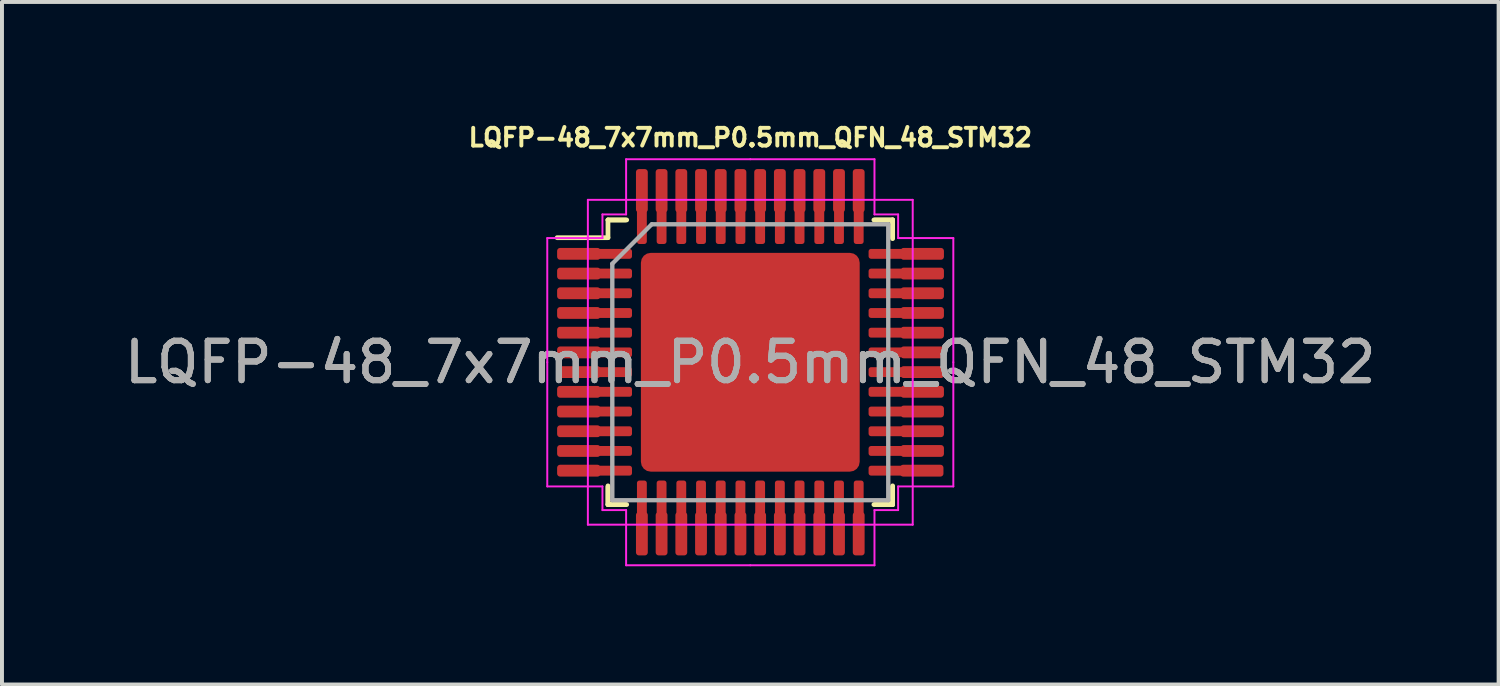
<source format=kicad_pcb>
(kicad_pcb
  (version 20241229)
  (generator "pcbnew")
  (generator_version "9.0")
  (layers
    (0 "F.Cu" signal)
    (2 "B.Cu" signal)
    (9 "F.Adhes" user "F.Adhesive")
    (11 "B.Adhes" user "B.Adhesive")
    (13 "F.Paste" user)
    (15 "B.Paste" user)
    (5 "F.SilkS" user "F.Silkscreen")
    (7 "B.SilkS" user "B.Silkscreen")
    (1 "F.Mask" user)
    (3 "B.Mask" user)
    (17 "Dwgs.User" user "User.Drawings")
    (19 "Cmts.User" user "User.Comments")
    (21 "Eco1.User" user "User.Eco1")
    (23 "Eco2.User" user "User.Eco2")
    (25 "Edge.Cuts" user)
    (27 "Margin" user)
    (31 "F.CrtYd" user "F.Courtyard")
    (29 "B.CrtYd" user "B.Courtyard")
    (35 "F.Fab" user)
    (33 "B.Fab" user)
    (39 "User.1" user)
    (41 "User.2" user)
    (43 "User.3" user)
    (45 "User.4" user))
  (footprint "LQFP-48_7x7mm_P0.5mm_QFN_48_STM32"
    (layer "F.Cu")
    (at 15.982 6.139)
    (property "Reference" "LQFP-48_7x7mm_P0.5mm_QFN_48_STM32" (at 0 -5.7 0) (layer "F.SilkS") (effects (font (size 0.45 0.45) (thickness 0.1))))
    (attr smd)
    (fp_line (start -3.61 -3.61) (end -3.61 -3.16) (stroke (width 0.12) (type solid)) (layer "F.SilkS"))
    (fp_line (start -3.61 -3.16) (end -4.9 -3.16) (stroke (width 0.12) (type solid)) (layer "F.SilkS"))
    (fp_line (start -3.61 3.61) (end -3.61 3.135) (stroke (width 0.12) (type solid)) (layer "F.SilkS"))
    (fp_line (start -3.61 3.61) (end -3.61 3.16) (stroke (width 0.12) (type solid)) (layer "F.SilkS"))
    (fp_line (start -3.16 -3.61) (end -3.61 -3.61) (stroke (width 0.12) (type solid)) (layer "F.SilkS"))
    (fp_line (start -3.16 3.61) (end -3.61 3.61) (stroke (width 0.12) (type solid)) (layer "F.SilkS"))
    (fp_line (start -3.135 -3.61) (end -3.61 -3.61) (stroke (width 0.12) (type solid)) (layer "F.SilkS"))
    (fp_line (start -3.135 3.61) (end -3.61 3.61) (stroke (width 0.12) (type solid)) (layer "F.SilkS"))
    (fp_line (start 3.135 -3.61) (end 3.61 -3.61) (stroke (width 0.12) (type solid)) (layer "F.SilkS"))
    (fp_line (start 3.135 3.61) (end 3.61 3.61) (stroke (width 0.12) (type solid)) (layer "F.SilkS"))
    (fp_line (start 3.16 -3.61) (end 3.61 -3.61) (stroke (width 0.12) (type solid)) (layer "F.SilkS"))
    (fp_line (start 3.16 3.61) (end 3.61 3.61) (stroke (width 0.12) (type solid)) (layer "F.SilkS"))
    (fp_line (start 3.61 -3.61) (end 3.61 -3.16) (stroke (width 0.12) (type solid)) (layer "F.SilkS"))
    (fp_line (start 3.61 -3.61) (end 3.61 -3.135) (stroke (width 0.12) (type solid)) (layer "F.SilkS"))
    (fp_line (start 3.61 3.61) (end 3.61 3.135) (stroke (width 0.12) (type solid)) (layer "F.SilkS"))
    (fp_line (start 3.61 3.61) (end 3.61 3.16) (stroke (width 0.12) (type solid)) (layer "F.SilkS"))
    (fp_line (start -5.15 -3.15) (end -5.15 0) (stroke (width 0.05) (type solid)) (layer "F.CrtYd"))
    (fp_line (start -5.15 3.15) (end -5.15 0) (stroke (width 0.05) (type solid)) (layer "F.CrtYd"))
    (fp_line (start -4.12 -4.12) (end -4.12 4.12) (stroke (width 0.05) (type solid)) (layer "F.CrtYd"))
    (fp_line (start -4.12 4.12) (end 4.12 4.12) (stroke (width 0.05) (type solid)) (layer "F.CrtYd"))
    (fp_line (start -3.75 -3.75) (end -3.75 -3.15) (stroke (width 0.05) (type solid)) (layer "F.CrtYd"))
    (fp_line (start -3.75 -3.15) (end -5.15 -3.15) (stroke (width 0.05) (type solid)) (layer "F.CrtYd"))
    (fp_line (start -3.75 3.15) (end -5.15 3.15) (stroke (width 0.05) (type solid)) (layer "F.CrtYd"))
    (fp_line (start -3.75 3.75) (end -3.75 3.15) (stroke (width 0.05) (type solid)) (layer "F.CrtYd"))
    (fp_line (start -3.15 -5.15) (end -3.15 -3.75) (stroke (width 0.05) (type solid)) (layer "F.CrtYd"))
    (fp_line (start -3.15 -3.75) (end -3.75 -3.75) (stroke (width 0.05) (type solid)) (layer "F.CrtYd"))
    (fp_line (start -3.15 3.75) (end -3.75 3.75) (stroke (width 0.05) (type solid)) (layer "F.CrtYd"))
    (fp_line (start -3.15 5.15) (end -3.15 3.75) (stroke (width 0.05) (type solid)) (layer "F.CrtYd"))
    (fp_line (start 0 -5.15) (end -3.15 -5.15) (stroke (width 0.05) (type solid)) (layer "F.CrtYd"))
    (fp_line (start 0 -5.15) (end 3.15 -5.15) (stroke (width 0.05) (type solid)) (layer "F.CrtYd"))
    (fp_line (start 0 5.15) (end -3.15 5.15) (stroke (width 0.05) (type solid)) (layer "F.CrtYd"))
    (fp_line (start 0 5.15) (end 3.15 5.15) (stroke (width 0.05) (type solid)) (layer "F.CrtYd"))
    (fp_line (start 3.15 -5.15) (end 3.15 -3.75) (stroke (width 0.05) (type solid)) (layer "F.CrtYd"))
    (fp_line (start 3.15 -3.75) (end 3.75 -3.75) (stroke (width 0.05) (type solid)) (layer "F.CrtYd"))
    (fp_line (start 3.15 3.75) (end 3.75 3.75) (stroke (width 0.05) (type solid)) (layer "F.CrtYd"))
    (fp_line (start 3.15 5.15) (end 3.15 3.75) (stroke (width 0.05) (type solid)) (layer "F.CrtYd"))
    (fp_line (start 3.75 -3.75) (end 3.75 -3.15) (stroke (width 0.05) (type solid)) (layer "F.CrtYd"))
    (fp_line (start 3.75 -3.15) (end 5.15 -3.15) (stroke (width 0.05) (type solid)) (layer "F.CrtYd"))
    (fp_line (start 3.75 3.15) (end 5.15 3.15) (stroke (width 0.05) (type solid)) (layer "F.CrtYd"))
    (fp_line (start 3.75 3.75) (end 3.75 3.15) (stroke (width 0.05) (type solid)) (layer "F.CrtYd"))
    (fp_line (start 4.12 -4.12) (end -4.12 -4.12) (stroke (width 0.05) (type solid)) (layer "F.CrtYd"))
    (fp_line (start 4.12 4.12) (end 4.12 -4.12) (stroke (width 0.05) (type solid)) (layer "F.CrtYd"))
    (fp_line (start 5.15 -3.15) (end 5.15 0) (stroke (width 0.05) (type solid)) (layer "F.CrtYd"))
    (fp_line (start 5.15 3.15) (end 5.15 0) (stroke (width 0.05) (type solid)) (layer "F.CrtYd"))
    (fp_line (start -3.5 -2.5) (end -2.5 -3.5) (stroke (width 0.1) (type solid)) (layer "F.Fab"))
    (fp_line (start -3.5 -2.5) (end -2.5 -3.5) (stroke (width 0.1) (type solid)) (layer "F.Fab"))
    (fp_line (start -3.5 3.5) (end -3.5 -2.5) (stroke (width 0.1) (type solid)) (layer "F.Fab"))
    (fp_line (start -3.5 3.5) (end -3.5 -2.5) (stroke (width 0.1) (type solid)) (layer "F.Fab"))
    (fp_line (start -2.5 -3.5) (end 3.5 -3.5) (stroke (width 0.1) (type solid)) (layer "F.Fab"))
    (fp_line (start -2.5 -3.5) (end 3.5 -3.5) (stroke (width 0.1) (type solid)) (layer "F.Fab"))
    (fp_line (start 3.5 -3.5) (end 3.5 3.5) (stroke (width 0.1) (type solid)) (layer "F.Fab"))
    (fp_line (start 3.5 -3.5) (end 3.5 3.5) (stroke (width 0.1) (type solid)) (layer "F.Fab"))
    (fp_line (start 3.5 3.5) (end -3.5 3.5) (stroke (width 0.1) (type solid)) (layer "F.Fab"))
    (fp_line (start 3.5 3.5) (end -3.5 3.5) (stroke (width 0.1) (type solid)) (layer "F.Fab"))
    (fp_text user "${REFERENCE}" (at 0 0 0) (layer "F.Fab") (effects (font (size 1 1) (thickness 0.15))))
    (fp_text user "${REFERENCE}" (at 0 0 0) (layer "F.Fab") (effects (font (size 1 1) (thickness 0.15))))
    (fp_text user "${REFERENCE}" (at 0 0 0) (layer "F.Fab") (effects (font (size 1 1) (thickness 0.15))))
    (pad "" smd roundrect (at -2.1 -2.1) (size 1.13 1.13) (layers "F.Paste") (roundrect_rratio 0.221))
    (pad "" smd roundrect (at -2.1 -0.7) (size 1.13 1.13) (layers "F.Paste") (roundrect_rratio 0.221))
    (pad "" smd roundrect (at -2.1 0.7) (size 1.13 1.13) (layers "F.Paste") (roundrect_rratio 0.221))
    (pad "" smd roundrect (at -2.1 2.1) (size 1.13 1.13) (layers "F.Paste") (roundrect_rratio 0.221))
    (pad "" smd roundrect (at -0.7 -2.1) (size 1.13 1.13) (layers "F.Paste") (roundrect_rratio 0.221))
    (pad "" smd roundrect (at -0.7 -0.7) (size 1.13 1.13) (layers "F.Paste") (roundrect_rratio 0.221))
    (pad "" smd roundrect (at -0.7 0.7) (size 1.13 1.13) (layers "F.Paste") (roundrect_rratio 0.221))
    (pad "" smd roundrect (at -0.7 2.1) (size 1.13 1.13) (layers "F.Paste") (roundrect_rratio 0.221))
    (pad "" smd roundrect (at 0.7 -2.1) (size 1.13 1.13) (layers "F.Paste") (roundrect_rratio 0.221))
    (pad "" smd roundrect (at 0.7 -0.7) (size 1.13 1.13) (layers "F.Paste") (roundrect_rratio 0.221))
    (pad "" smd roundrect (at 0.7 0.7) (size 1.13 1.13) (layers "F.Paste") (roundrect_rratio 0.221))
    (pad "" smd roundrect (at 0.7 2.1) (size 1.13 1.13) (layers "F.Paste") (roundrect_rratio 0.221))
    (pad "" smd roundrect (at 2.1 -2.1) (size 1.13 1.13) (layers "F.Paste") (roundrect_rratio 0.221))
    (pad "" smd roundrect (at 2.1 -0.7) (size 1.13 1.13) (layers "F.Paste") (roundrect_rratio 0.221))
    (pad "" smd roundrect (at 2.1 0.7) (size 1.13 1.13) (layers "F.Paste") (roundrect_rratio 0.221))
    (pad "" smd roundrect (at 2.1 2.1) (size 1.13 1.13) (layers "F.Paste") (roundrect_rratio 0.221))
    (pad "1" smd roundrect (at -4.35 -2.75) (size 1.1 0.3) (layers "F.Cu" "F.Mask" "F.Paste") (roundrect_rratio 0.25))
    (pad "1" smd roundrect (at -3.438 -2.75) (size 0.875 0.25) (layers "F.Cu" "F.Mask" "F.Paste") (roundrect_rratio 0.25))
    (pad "2" smd roundrect (at -4.35 -2.25) (size 1.1 0.3) (layers "F.Cu" "F.Mask" "F.Paste") (roundrect_rratio 0.25))
    (pad "2" smd roundrect (at -3.438 -2.25) (size 0.875 0.25) (layers "F.Cu" "F.Mask" "F.Paste") (roundrect_rratio 0.25))
    (pad "3" smd roundrect (at -4.35 -1.75) (size 1.1 0.3) (layers "F.Cu" "F.Mask" "F.Paste") (roundrect_rratio 0.25))
    (pad "3" smd roundrect (at -3.438 -1.75) (size 0.875 0.25) (layers "F.Cu" "F.Mask" "F.Paste") (roundrect_rratio 0.25))
    (pad "4" smd roundrect (at -4.35 -1.25) (size 1.1 0.3) (layers "F.Cu" "F.Mask" "F.Paste") (roundrect_rratio 0.25))
    (pad "4" smd roundrect (at -3.438 -1.25) (size 0.875 0.25) (layers "F.Cu" "F.Mask" "F.Paste") (roundrect_rratio 0.25))
    (pad "5" smd roundrect (at -4.35 -0.75) (size 1.1 0.3) (layers "F.Cu" "F.Mask" "F.Paste") (roundrect_rratio 0.25))
    (pad "5" smd roundrect (at -3.438 -0.75) (size 0.875 0.25) (layers "F.Cu" "F.Mask" "F.Paste") (roundrect_rratio 0.25))
    (pad "6" smd roundrect (at -4.35 -0.25) (size 1.1 0.3) (layers "F.Cu" "F.Mask" "F.Paste") (roundrect_rratio 0.25))
    (pad "6" smd roundrect (at -3.438 -0.25) (size 0.875 0.25) (layers "F.Cu" "F.Mask" "F.Paste") (roundrect_rratio 0.25))
    (pad "7" smd roundrect (at -4.35 0.25) (size 1.1 0.3) (layers "F.Cu" "F.Mask" "F.Paste") (roundrect_rratio 0.25))
    (pad "7" smd roundrect (at -3.438 0.25) (size 0.875 0.25) (layers "F.Cu" "F.Mask" "F.Paste") (roundrect_rratio 0.25))
    (pad "8" smd roundrect (at -4.35 0.75) (size 1.1 0.3) (layers "F.Cu" "F.Mask" "F.Paste") (roundrect_rratio 0.25))
    (pad "8" smd roundrect (at -3.438 0.75) (size 0.875 0.25) (layers "F.Cu" "F.Mask" "F.Paste") (roundrect_rratio 0.25))
    (pad "9" smd roundrect (at -4.35 1.25) (size 1.1 0.3) (layers "F.Cu" "F.Mask" "F.Paste") (roundrect_rratio 0.25))
    (pad "9" smd roundrect (at -3.438 1.25) (size 0.875 0.25) (layers "F.Cu" "F.Mask" "F.Paste") (roundrect_rratio 0.25))
    (pad "10" smd roundrect (at -4.35 1.75) (size 1.1 0.3) (layers "F.Cu" "F.Mask" "F.Paste") (roundrect_rratio 0.25))
    (pad "10" smd roundrect (at -3.438 1.75) (size 0.875 0.25) (layers "F.Cu" "F.Mask" "F.Paste") (roundrect_rratio 0.25))
    (pad "11" smd roundrect (at -4.35 2.25) (size 1.1 0.3) (layers "F.Cu" "F.Mask" "F.Paste") (roundrect_rratio 0.25))
    (pad "11" smd roundrect (at -3.438 2.25) (size 0.875 0.25) (layers "F.Cu" "F.Mask" "F.Paste") (roundrect_rratio 0.25))
    (pad "12" smd roundrect (at -4.35 2.75) (size 1.1 0.3) (layers "F.Cu" "F.Mask" "F.Paste") (roundrect_rratio 0.25))
    (pad "12" smd roundrect (at -3.438 2.75) (size 0.875 0.25) (layers "F.Cu" "F.Mask" "F.Paste") (roundrect_rratio 0.25))
    (pad "13" smd roundrect (at -2.75 3.438) (size 0.25 0.875) (layers "F.Cu" "F.Mask" "F.Paste") (roundrect_rratio 0.25))
    (pad "13" smd roundrect (at -2.75 4.35) (size 0.3 1.1) (layers "F.Cu" "F.Mask" "F.Paste") (roundrect_rratio 0.25))
    (pad "14" smd roundrect (at -2.25 3.438) (size 0.25 0.875) (layers "F.Cu" "F.Mask" "F.Paste") (roundrect_rratio 0.25))
    (pad "14" smd roundrect (at -2.25 4.35) (size 0.3 1.1) (layers "F.Cu" "F.Mask" "F.Paste") (roundrect_rratio 0.25))
    (pad "15" smd roundrect (at -1.75 3.438) (size 0.25 0.875) (layers "F.Cu" "F.Mask" "F.Paste") (roundrect_rratio 0.25))
    (pad "15" smd roundrect (at -1.75 4.35) (size 0.3 1.1) (layers "F.Cu" "F.Mask" "F.Paste") (roundrect_rratio 0.25))
    (pad "16" smd roundrect (at -1.25 3.438) (size 0.25 0.875) (layers "F.Cu" "F.Mask" "F.Paste") (roundrect_rratio 0.25))
    (pad "16" smd roundrect (at -1.25 4.35) (size 0.3 1.1) (layers "F.Cu" "F.Mask" "F.Paste") (roundrect_rratio 0.25))
    (pad "17" smd roundrect (at -0.75 3.438) (size 0.25 0.875) (layers "F.Cu" "F.Mask" "F.Paste") (roundrect_rratio 0.25))
    (pad "17" smd roundrect (at -0.75 4.35) (size 0.3 1.1) (layers "F.Cu" "F.Mask" "F.Paste") (roundrect_rratio 0.25))
    (pad "18" smd roundrect (at -0.25 3.438) (size 0.25 0.875) (layers "F.Cu" "F.Mask" "F.Paste") (roundrect_rratio 0.25))
    (pad "18" smd roundrect (at -0.25 4.35) (size 0.3 1.1) (layers "F.Cu" "F.Mask" "F.Paste") (roundrect_rratio 0.25))
    (pad "19" smd roundrect (at 0.25 3.438) (size 0.25 0.875) (layers "F.Cu" "F.Mask" "F.Paste") (roundrect_rratio 0.25))
    (pad "19" smd roundrect (at 0.25 4.35) (size 0.3 1.1) (layers "F.Cu" "F.Mask" "F.Paste") (roundrect_rratio 0.25))
    (pad "20" smd roundrect (at 0.75 3.438) (size 0.25 0.875) (layers "F.Cu" "F.Mask" "F.Paste") (roundrect_rratio 0.25))
    (pad "20" smd roundrect (at 0.75 4.35) (size 0.3 1.1) (layers "F.Cu" "F.Mask" "F.Paste") (roundrect_rratio 0.25))
    (pad "21" smd roundrect (at 1.25 3.438) (size 0.25 0.875) (layers "F.Cu" "F.Mask" "F.Paste") (roundrect_rratio 0.25))
    (pad "21" smd roundrect (at 1.25 4.35) (size 0.3 1.1) (layers "F.Cu" "F.Mask" "F.Paste") (roundrect_rratio 0.25))
    (pad "22" smd roundrect (at 1.75 3.438) (size 0.25 0.875) (layers "F.Cu" "F.Mask" "F.Paste") (roundrect_rratio 0.25))
    (pad "22" smd roundrect (at 1.75 4.35) (size 0.3 1.1) (layers "F.Cu" "F.Mask" "F.Paste") (roundrect_rratio 0.25))
    (pad "23" smd roundrect (at 2.25 3.438) (size 0.25 0.875) (layers "F.Cu" "F.Mask" "F.Paste") (roundrect_rratio 0.25))
    (pad "23" smd roundrect (at 2.25 4.35) (size 0.3 1.1) (layers "F.Cu" "F.Mask" "F.Paste") (roundrect_rratio 0.25))
    (pad "24" smd roundrect (at 2.75 3.438) (size 0.25 0.875) (layers "F.Cu" "F.Mask" "F.Paste") (roundrect_rratio 0.25))
    (pad "24" smd roundrect (at 2.75 4.35) (size 0.3 1.1) (layers "F.Cu" "F.Mask" "F.Paste") (roundrect_rratio 0.25))
    (pad "25" smd roundrect (at 3.438 2.75) (size 0.875 0.25) (layers "F.Cu" "F.Mask" "F.Paste") (roundrect_rratio 0.25))
    (pad "25" smd roundrect (at 4.35 2.75) (size 1.1 0.3) (layers "F.Cu" "F.Mask" "F.Paste") (roundrect_rratio 0.25))
    (pad "26" smd roundrect (at 3.438 2.25) (size 0.875 0.25) (layers "F.Cu" "F.Mask" "F.Paste") (roundrect_rratio 0.25))
    (pad "26" smd roundrect (at 4.362 2.25) (size 1.1 0.3) (layers "F.Cu" "F.Mask" "F.Paste") (roundrect_rratio 0.25))
    (pad "27" smd roundrect (at 3.438 1.75) (size 0.875 0.25) (layers "F.Cu" "F.Mask" "F.Paste") (roundrect_rratio 0.25))
    (pad "27" smd roundrect (at 4.362 1.75) (size 1.1 0.3) (layers "F.Cu" "F.Mask" "F.Paste") (roundrect_rratio 0.25))
    (pad "28" smd roundrect (at 3.438 1.25) (size 0.875 0.25) (layers "F.Cu" "F.Mask" "F.Paste") (roundrect_rratio 0.25))
    (pad "28" smd roundrect (at 4.362 1.25) (size 1.1 0.3) (layers "F.Cu" "F.Mask" "F.Paste") (roundrect_rratio 0.25))
    (pad "29" smd roundrect (at 3.438 0.75) (size 0.875 0.25) (layers "F.Cu" "F.Mask" "F.Paste") (roundrect_rratio 0.25))
    (pad "29" smd roundrect (at 4.362 0.75) (size 1.1 0.3) (layers "F.Cu" "F.Mask" "F.Paste") (roundrect_rratio 0.25))
    (pad "30" smd roundrect (at 3.438 0.25) (size 0.875 0.25) (layers "F.Cu" "F.Mask" "F.Paste") (roundrect_rratio 0.25))
    (pad "30" smd roundrect (at 4.362 0.25) (size 1.1 0.3) (layers "F.Cu" "F.Mask" "F.Paste") (roundrect_rratio 0.25))
    (pad "31" smd roundrect (at 3.438 -0.25) (size 0.875 0.25) (layers "F.Cu" "F.Mask" "F.Paste") (roundrect_rratio 0.25))
    (pad "31" smd roundrect (at 4.362 -0.25) (size 1.1 0.3) (layers "F.Cu" "F.Mask" "F.Paste") (roundrect_rratio 0.25))
    (pad "32" smd roundrect (at 3.438 -0.75) (size 0.875 0.25) (layers "F.Cu" "F.Mask" "F.Paste") (roundrect_rratio 0.25))
    (pad "32" smd roundrect (at 4.362 -0.75) (size 1.1 0.3) (layers "F.Cu" "F.Mask" "F.Paste") (roundrect_rratio 0.25))
    (pad "33" smd roundrect (at 3.438 -1.25) (size 0.875 0.25) (layers "F.Cu" "F.Mask" "F.Paste") (roundrect_rratio 0.25))
    (pad "33" smd roundrect (at 4.362 -1.25) (size 1.1 0.3) (layers "F.Cu" "F.Mask" "F.Paste") (roundrect_rratio 0.25))
    (pad "34" smd roundrect (at 3.438 -1.75) (size 0.875 0.25) (layers "F.Cu" "F.Mask" "F.Paste") (roundrect_rratio 0.25))
    (pad "34" smd roundrect (at 4.362 -1.75) (size 1.1 0.3) (layers "F.Cu" "F.Mask" "F.Paste") (roundrect_rratio 0.25))
    (pad "35" smd roundrect (at 3.438 -2.25) (size 0.875 0.25) (layers "F.Cu" "F.Mask" "F.Paste") (roundrect_rratio 0.25))
    (pad "35" smd roundrect (at 4.362 -2.25) (size 1.1 0.3) (layers "F.Cu" "F.Mask" "F.Paste") (roundrect_rratio 0.25))
    (pad "36" smd roundrect (at 3.438 -2.75) (size 0.875 0.25) (layers "F.Cu" "F.Mask" "F.Paste") (roundrect_rratio 0.25))
    (pad "36" smd roundrect (at 4.362 -2.75) (size 1.1 0.3) (layers "F.Cu" "F.Mask" "F.Paste") (roundrect_rratio 0.25))
    (pad "37" smd roundrect (at 2.75 -4.35) (size 0.3 1.1) (layers "F.Cu" "F.Mask" "F.Paste") (roundrect_rratio 0.25))
    (pad "37" smd roundrect (at 2.75 -3.438) (size 0.25 0.875) (layers "F.Cu" "F.Mask" "F.Paste") (roundrect_rratio 0.25))
    (pad "38" smd roundrect (at 2.25 -4.35) (size 0.3 1.1) (layers "F.Cu" "F.Mask" "F.Paste") (roundrect_rratio 0.25))
    (pad "38" smd roundrect (at 2.25 -3.438) (size 0.25 0.875) (layers "F.Cu" "F.Mask" "F.Paste") (roundrect_rratio 0.25))
    (pad "39" smd roundrect (at 1.75 -4.35) (size 0.3 1.1) (layers "F.Cu" "F.Mask" "F.Paste") (roundrect_rratio 0.25))
    (pad "39" smd roundrect (at 1.75 -3.438) (size 0.25 0.875) (layers "F.Cu" "F.Mask" "F.Paste") (roundrect_rratio 0.25))
    (pad "40" smd roundrect (at 1.25 -4.35) (size 0.3 1.1) (layers "F.Cu" "F.Mask" "F.Paste") (roundrect_rratio 0.25))
    (pad "40" smd roundrect (at 1.25 -3.438) (size 0.25 0.875) (layers "F.Cu" "F.Mask" "F.Paste") (roundrect_rratio 0.25))
    (pad "41" smd roundrect (at 0.75 -4.35) (size 0.3 1.1) (layers "F.Cu" "F.Mask" "F.Paste") (roundrect_rratio 0.25))
    (pad "41" smd roundrect (at 0.75 -3.438) (size 0.25 0.875) (layers "F.Cu" "F.Mask" "F.Paste") (roundrect_rratio 0.25))
    (pad "42" smd roundrect (at 0.25 -4.35) (size 0.3 1.1) (layers "F.Cu" "F.Mask" "F.Paste") (roundrect_rratio 0.25))
    (pad "42" smd roundrect (at 0.25 -3.438) (size 0.25 0.875) (layers "F.Cu" "F.Mask" "F.Paste") (roundrect_rratio 0.25))
    (pad "43" smd roundrect (at -0.25 -4.35) (size 0.3 1.1) (layers "F.Cu" "F.Mask" "F.Paste") (roundrect_rratio 0.25))
    (pad "43" smd roundrect (at -0.25 -3.438) (size 0.25 0.875) (layers "F.Cu" "F.Mask" "F.Paste") (roundrect_rratio 0.25))
    (pad "44" smd roundrect (at -0.75 -4.35) (size 0.3 1.1) (layers "F.Cu" "F.Mask" "F.Paste") (roundrect_rratio 0.25))
    (pad "44" smd roundrect (at -0.75 -3.438) (size 0.25 0.875) (layers "F.Cu" "F.Mask" "F.Paste") (roundrect_rratio 0.25))
    (pad "45" smd roundrect (at -1.25 -4.35) (size 0.3 1.1) (layers "F.Cu" "F.Mask" "F.Paste") (roundrect_rratio 0.25))
    (pad "45" smd roundrect (at -1.25 -3.438) (size 0.25 0.875) (layers "F.Cu" "F.Mask" "F.Paste") (roundrect_rratio 0.25))
    (pad "46" smd roundrect (at -1.75 -4.35) (size 0.3 1.1) (layers "F.Cu" "F.Mask" "F.Paste") (roundrect_rratio 0.25))
    (pad "46" smd roundrect (at -1.75 -3.438) (size 0.25 0.875) (layers "F.Cu" "F.Mask" "F.Paste") (roundrect_rratio 0.25))
    (pad "47" smd roundrect (at -2.25 -4.35) (size 0.3 1.1) (layers "F.Cu" "F.Mask" "F.Paste") (roundrect_rratio 0.25))
    (pad "47" smd roundrect (at -2.25 -3.438) (size 0.25 0.875) (layers "F.Cu" "F.Mask" "F.Paste") (roundrect_rratio 0.25))
    (pad "48" smd roundrect (at -2.75 -4.35) (size 0.3 1.1) (layers "F.Cu" "F.Mask" "F.Paste") (roundrect_rratio 0.25))
    (pad "48" smd roundrect (at -2.75 -3.438) (size 0.25 0.875) (layers "F.Cu" "F.Mask" "F.Paste") (roundrect_rratio 0.25))
    (pad "49" smd roundrect (at 0 0) (size 5.55 5.55) (layers "F.Cu" "F.Mask") (roundrect_rratio 0.045)))
  (gr_rect
    (start -3 -3)
    (end 34.964 14.314)
    (stroke (width 0.1) (type default))
    (fill no)
    (layer "Edge.Cuts")))
</source>
